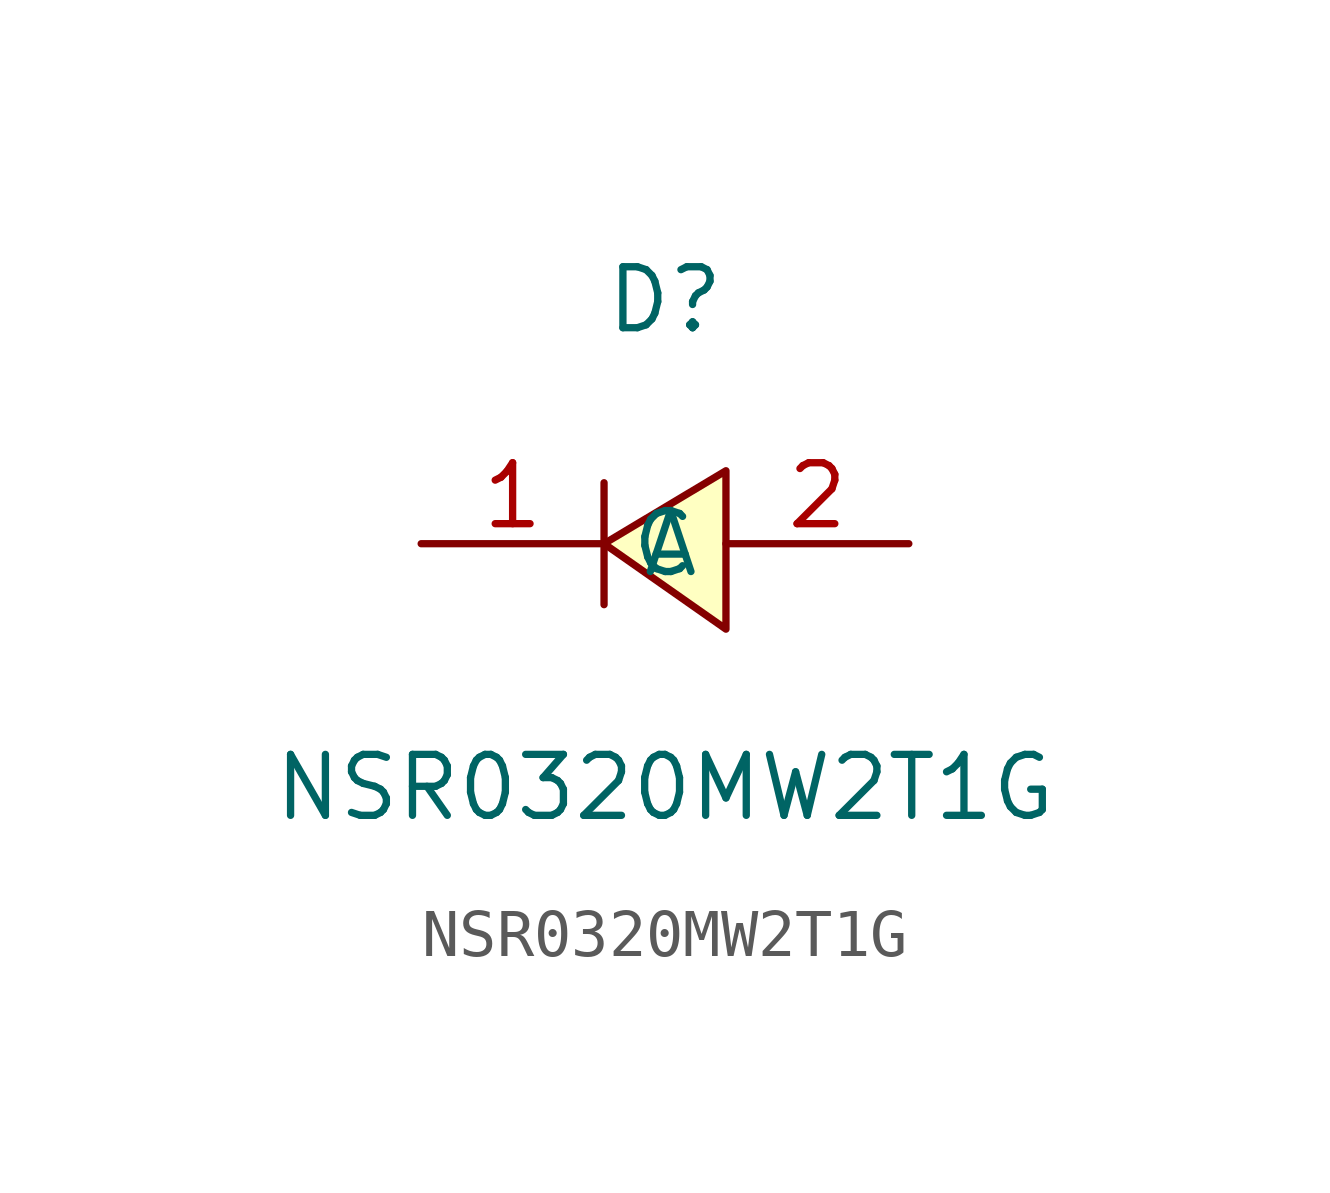
<source format=kicad_sym>
(kicad_symbol_lib
  (version 20211014)
  (generator https://github.com/uPesy/easyeda2kicad.py)
  (symbol "NSR0320MW2T1G"
    (property "Reference" "D"
      (at 0 5.08 0)
      (effects (font (size 1.27 1.27))))
    (property "Value" "NSR0320MW2T1G"
      (at 0 -5.08 0)
      (effects (font (size 1.27 1.27))))
    (symbol "NSR0320MW2T1G_0_1"
      (polyline (pts (xy 1.27 1.52) (xy -1.27 -0.00) (xy 1.27 -1.78) (xy 1.27 1.52)) (stroke (width 0) (type default) (color 0 0 0 0)) (fill (type background)))
      (polyline (pts (xy -1.27 1.27) (xy -1.27 -1.27)) (stroke (width 0) (type default) (color 0 0 0 0)) (fill (type none)))
      (pin unspecified line (at 5.08 -0.00 180) (length 3.81) (name "A" (effects (font (size 1.27 1.27)))) (number "2" (effects (font (size 1.27 1.27)))))
      (pin unspecified line (at -5.08 -0.00 0) (length 3.81) (name "C" (effects (font (size 1.27 1.27)))) (number "1" (effects (font (size 1.27 1.27))))))))
</source>
